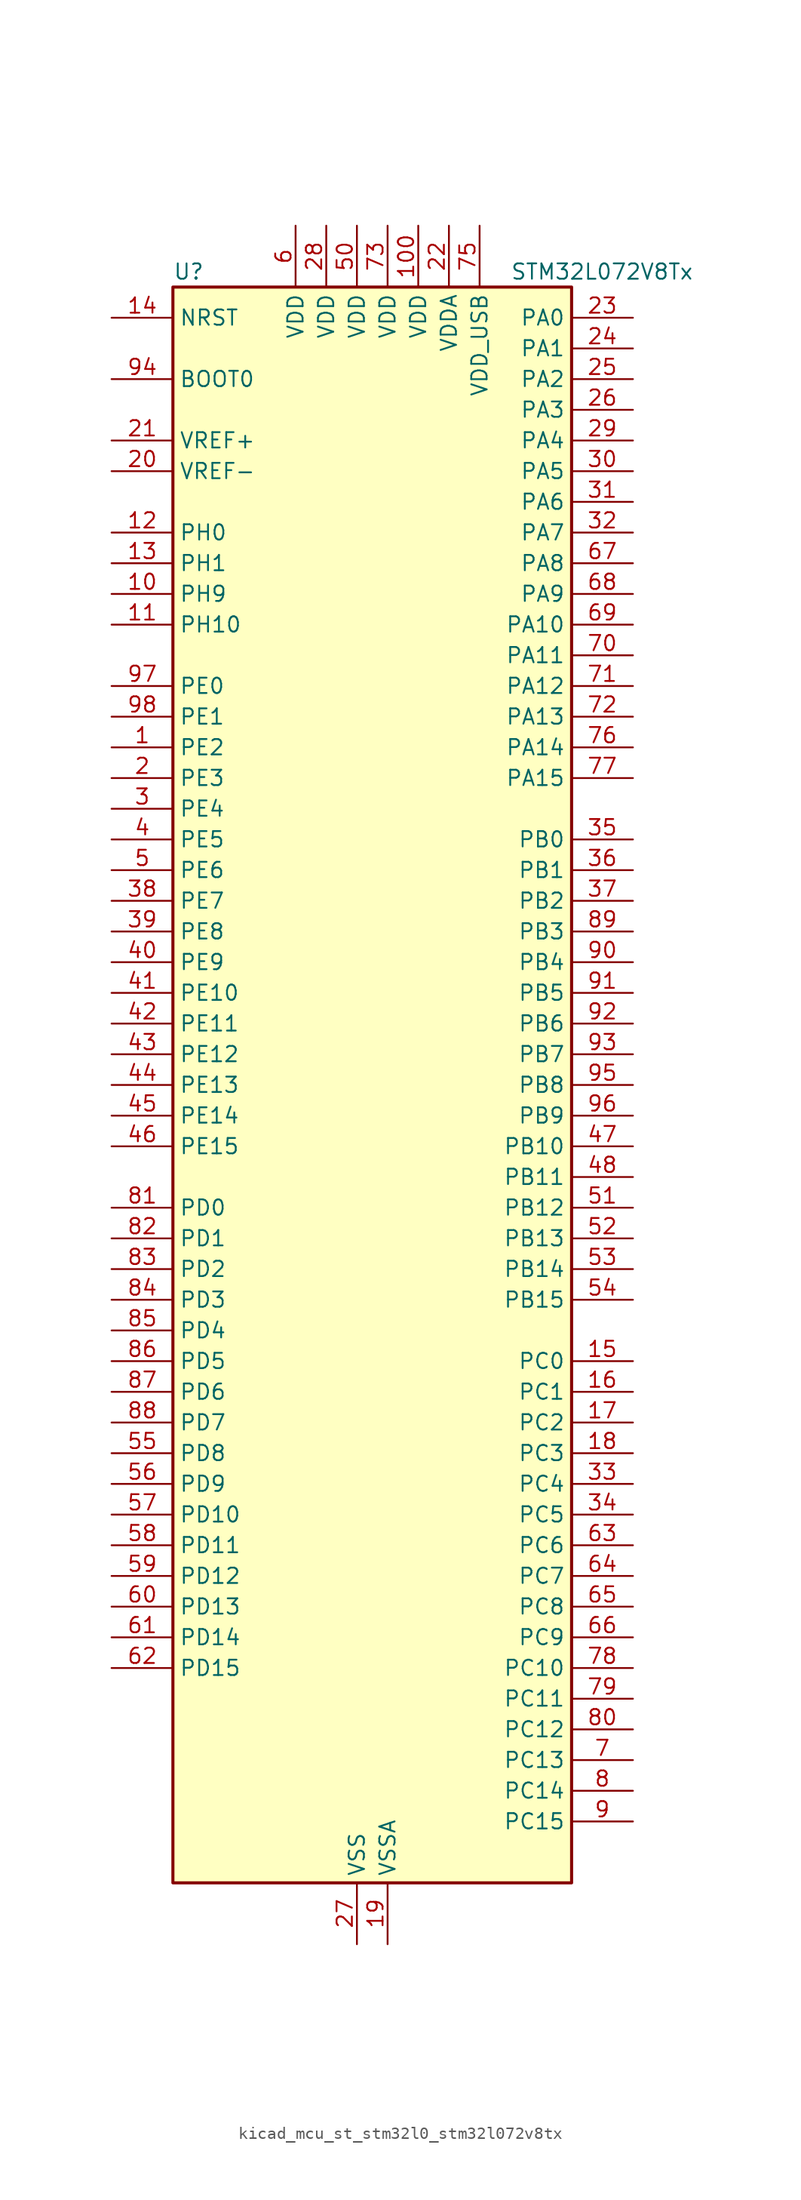
<source format=kicad_sym>
(kicad_symbol_lib
  (version 20220914)
  (generator kicad_symbol_editor)
  (symbol "kicad_mcu_st_stm32l0_stm32l072v8tx"
    (property "Reference" "U"
      (at -15.24 67.31 0)
      (effects (font (size 1.27 1.27)) (justify left)))
    (property "Value" "STM32L072V8Tx"
      (at 12.7 67.31 0)
      (effects (font (size 1.27 1.27)) (justify left)))
    (property "ki_locked" ""
      (at 0 0 0)
      (effects (font (size 1.27 1.27))))
    (symbol "kicad_mcu_st_stm32l0_stm32l072v8tx_0_1"
      (rectangle (start -15.24 -66.04) (end 17.78 66.04) (stroke (width 0.254) (type default)) (fill (type background))))
    (symbol "kicad_mcu_st_stm32l0_stm32l072v8tx_1_1"
      (pin bidirectional line (at -20.32 27.94 0) (length 5.08) (name "PE2" (effects (font (size 1.27 1.27)))) (number "1" (effects (font (size 1.27 1.27)))) (alternate "TIM3_ETR" bidirectional line))
      (pin bidirectional line (at -20.32 40.64 0) (length 5.08) (name "PH9" (effects (font (size 1.27 1.27)))) (number "10" (effects (font (size 1.27 1.27)))) (alternate "DAC_EXTI9" bidirectional line))
      (pin power_in line (at 5.08 71.12 270) (length 5.08) (name "VDD" (effects (font (size 1.27 1.27)))) (number "100" (effects (font (size 1.27 1.27)))))
      (pin bidirectional line (at -20.32 38.1 0) (length 5.08) (name "PH10" (effects (font (size 1.27 1.27)))) (number "11" (effects (font (size 1.27 1.27)))))
      (pin bidirectional line (at -20.32 45.72 0) (length 5.08) (name "PH0" (effects (font (size 1.27 1.27)))) (number "12" (effects (font (size 1.27 1.27)))) (alternate "CRS_SYNC" bidirectional line) (alternate "RCC_OSC_IN" bidirectional line))
      (pin bidirectional line (at -20.32 43.18 0) (length 5.08) (name "PH1" (effects (font (size 1.27 1.27)))) (number "13" (effects (font (size 1.27 1.27)))) (alternate "RCC_OSC_OUT" bidirectional line))
      (pin input line (at -20.32 63.5 0) (length 5.08) (name "NRST" (effects (font (size 1.27 1.27)))) (number "14" (effects (font (size 1.27 1.27)))))
      (pin bidirectional line (at 22.86 -22.86 180) (length 5.08) (name "PC0" (effects (font (size 1.27 1.27)))) (number "15" (effects (font (size 1.27 1.27)))) (alternate "ADC_IN10" bidirectional line) (alternate "I2C3_SCL" bidirectional line) (alternate "LPTIM1_IN1" bidirectional line) (alternate "LPUART1_RX" bidirectional line) (alternate "TSC_G7_IO1" bidirectional line))
      (pin bidirectional line (at 22.86 -25.4 180) (length 5.08) (name "PC1" (effects (font (size 1.27 1.27)))) (number "16" (effects (font (size 1.27 1.27)))) (alternate "ADC_IN11" bidirectional line) (alternate "I2C3_SDA" bidirectional line) (alternate "LPTIM1_OUT" bidirectional line) (alternate "LPUART1_TX" bidirectional line) (alternate "TSC_G7_IO2" bidirectional line))
      (pin bidirectional line (at 22.86 -27.94 180) (length 5.08) (name "PC2" (effects (font (size 1.27 1.27)))) (number "17" (effects (font (size 1.27 1.27)))) (alternate "ADC_IN12" bidirectional line) (alternate "I2S2_MCK" bidirectional line) (alternate "LPTIM1_IN2" bidirectional line) (alternate "SPI2_MISO" bidirectional line) (alternate "TSC_G7_IO3" bidirectional line))
      (pin bidirectional line (at 22.86 -30.48 180) (length 5.08) (name "PC3" (effects (font (size 1.27 1.27)))) (number "18" (effects (font (size 1.27 1.27)))) (alternate "ADC_IN13" bidirectional line) (alternate "I2S2_SD" bidirectional line) (alternate "LPTIM1_ETR" bidirectional line) (alternate "SPI2_MOSI" bidirectional line) (alternate "TSC_G7_IO4" bidirectional line))
      (pin power_in line (at 2.54 -71.12 90) (length 5.08) (name "VSSA" (effects (font (size 1.27 1.27)))) (number "19" (effects (font (size 1.27 1.27)))))
      (pin bidirectional line (at -20.32 25.4 0) (length 5.08) (name "PE3" (effects (font (size 1.27 1.27)))) (number "2" (effects (font (size 1.27 1.27)))) (alternate "TIM22_CH1" bidirectional line) (alternate "TIM3_CH1" bidirectional line))
      (pin input line (at -20.32 50.8 0) (length 5.08) (name "VREF-" (effects (font (size 1.27 1.27)))) (number "20" (effects (font (size 1.27 1.27)))))
      (pin input line (at -20.32 53.34 0) (length 5.08) (name "VREF+" (effects (font (size 1.27 1.27)))) (number "21" (effects (font (size 1.27 1.27)))))
      (pin power_in line (at 7.62 71.12 270) (length 5.08) (name "VDDA" (effects (font (size 1.27 1.27)))) (number "22" (effects (font (size 1.27 1.27)))))
      (pin bidirectional line (at 22.86 63.5 180) (length 5.08) (name "PA0" (effects (font (size 1.27 1.27)))) (number "23" (effects (font (size 1.27 1.27)))) (alternate "ADC_IN0" bidirectional line) (alternate "COMP1_INM" bidirectional line) (alternate "COMP1_OUT" bidirectional line) (alternate "RTC_TAMP2" bidirectional line) (alternate "SYS_WKUP1" bidirectional line) (alternate "TIM2_CH1" bidirectional line) (alternate "TIM2_ETR" bidirectional line) (alternate "TSC_G1_IO1" bidirectional line) (alternate "USART2_CTS" bidirectional line) (alternate "USART4_TX" bidirectional line))
      (pin bidirectional line (at 22.86 60.96 180) (length 5.08) (name "PA1" (effects (font (size 1.27 1.27)))) (number "24" (effects (font (size 1.27 1.27)))) (alternate "ADC_IN1" bidirectional line) (alternate "COMP1_INP" bidirectional line) (alternate "TIM21_ETR" bidirectional line) (alternate "TIM2_CH2" bidirectional line) (alternate "TSC_G1_IO2" bidirectional line) (alternate "USART2_DE" bidirectional line) (alternate "USART2_RTS" bidirectional line) (alternate "USART4_RX" bidirectional line))
      (pin bidirectional line (at 22.86 58.42 180) (length 5.08) (name "PA2" (effects (font (size 1.27 1.27)))) (number "25" (effects (font (size 1.27 1.27)))) (alternate "ADC_IN2" bidirectional line) (alternate "COMP2_INM" bidirectional line) (alternate "COMP2_OUT" bidirectional line) (alternate "LPUART1_TX" bidirectional line) (alternate "TIM21_CH1" bidirectional line) (alternate "TIM2_CH3" bidirectional line) (alternate "TSC_G1_IO3" bidirectional line) (alternate "USART2_TX" bidirectional line))
      (pin bidirectional line (at 22.86 55.88 180) (length 5.08) (name "PA3" (effects (font (size 1.27 1.27)))) (number "26" (effects (font (size 1.27 1.27)))) (alternate "ADC_IN3" bidirectional line) (alternate "COMP2_INP" bidirectional line) (alternate "LPUART1_RX" bidirectional line) (alternate "TIM21_CH2" bidirectional line) (alternate "TIM2_CH4" bidirectional line) (alternate "TSC_G1_IO4" bidirectional line) (alternate "USART2_RX" bidirectional line))
      (pin power_in line (at 0 -71.12 90) (length 5.08) (name "VSS" (effects (font (size 1.27 1.27)))) (number "27" (effects (font (size 1.27 1.27)))))
      (pin power_in line (at -2.54 71.12 270) (length 5.08) (name "VDD" (effects (font (size 1.27 1.27)))) (number "28" (effects (font (size 1.27 1.27)))))
      (pin bidirectional line (at 22.86 53.34 180) (length 5.08) (name "PA4" (effects (font (size 1.27 1.27)))) (number "29" (effects (font (size 1.27 1.27)))) (alternate "ADC_IN4" bidirectional line) (alternate "COMP1_INM" bidirectional line) (alternate "COMP2_INM" bidirectional line) (alternate "DAC_OUT1" bidirectional line) (alternate "SPI1_NSS" bidirectional line) (alternate "TIM22_ETR" bidirectional line) (alternate "TSC_G2_IO1" bidirectional line) (alternate "USART2_CK" bidirectional line))
      (pin bidirectional line (at -20.32 22.86 0) (length 5.08) (name "PE4" (effects (font (size 1.27 1.27)))) (number "3" (effects (font (size 1.27 1.27)))) (alternate "TIM22_CH2" bidirectional line) (alternate "TIM3_CH2" bidirectional line))
      (pin bidirectional line (at 22.86 50.8 180) (length 5.08) (name "PA5" (effects (font (size 1.27 1.27)))) (number "30" (effects (font (size 1.27 1.27)))) (alternate "ADC_IN5" bidirectional line) (alternate "COMP1_INM" bidirectional line) (alternate "COMP2_INM" bidirectional line) (alternate "DAC_OUT2" bidirectional line) (alternate "SPI1_SCK" bidirectional line) (alternate "TIM2_CH1" bidirectional line) (alternate "TIM2_ETR" bidirectional line) (alternate "TSC_G2_IO2" bidirectional line))
      (pin bidirectional line (at 22.86 48.26 180) (length 5.08) (name "PA6" (effects (font (size 1.27 1.27)))) (number "31" (effects (font (size 1.27 1.27)))) (alternate "ADC_IN6" bidirectional line) (alternate "COMP1_OUT" bidirectional line) (alternate "LPUART1_CTS" bidirectional line) (alternate "SPI1_MISO" bidirectional line) (alternate "TIM22_CH1" bidirectional line) (alternate "TIM3_CH1" bidirectional line) (alternate "TSC_G2_IO3" bidirectional line))
      (pin bidirectional line (at 22.86 45.72 180) (length 5.08) (name "PA7" (effects (font (size 1.27 1.27)))) (number "32" (effects (font (size 1.27 1.27)))) (alternate "ADC_IN7" bidirectional line) (alternate "COMP2_OUT" bidirectional line) (alternate "SPI1_MOSI" bidirectional line) (alternate "TIM22_CH2" bidirectional line) (alternate "TIM3_CH2" bidirectional line) (alternate "TSC_G2_IO4" bidirectional line))
      (pin bidirectional line (at 22.86 -33.02 180) (length 5.08) (name "PC4" (effects (font (size 1.27 1.27)))) (number "33" (effects (font (size 1.27 1.27)))) (alternate "ADC_IN14" bidirectional line) (alternate "LPUART1_TX" bidirectional line))
      (pin bidirectional line (at 22.86 -35.56 180) (length 5.08) (name "PC5" (effects (font (size 1.27 1.27)))) (number "34" (effects (font (size 1.27 1.27)))) (alternate "ADC_IN15" bidirectional line) (alternate "LPUART1_RX" bidirectional line) (alternate "TSC_G3_IO1" bidirectional line))
      (pin bidirectional line (at 22.86 20.32 180) (length 5.08) (name "PB0" (effects (font (size 1.27 1.27)))) (number "35" (effects (font (size 1.27 1.27)))) (alternate "ADC_IN8" bidirectional line) (alternate "SYS_VREF_OUT_PB0" bidirectional line) (alternate "TIM3_CH3" bidirectional line) (alternate "TSC_G3_IO2" bidirectional line))
      (pin bidirectional line (at 22.86 17.78 180) (length 5.08) (name "PB1" (effects (font (size 1.27 1.27)))) (number "36" (effects (font (size 1.27 1.27)))) (alternate "ADC_IN9" bidirectional line) (alternate "LPUART1_DE" bidirectional line) (alternate "LPUART1_RTS" bidirectional line) (alternate "SYS_VREF_OUT_PB1" bidirectional line) (alternate "TIM3_CH4" bidirectional line) (alternate "TSC_G3_IO3" bidirectional line))
      (pin bidirectional line (at 22.86 15.24 180) (length 5.08) (name "PB2" (effects (font (size 1.27 1.27)))) (number "37" (effects (font (size 1.27 1.27)))) (alternate "I2C3_SMBA" bidirectional line) (alternate "LPTIM1_OUT" bidirectional line) (alternate "TSC_G3_IO4" bidirectional line))
      (pin bidirectional line (at -20.32 15.24 0) (length 5.08) (name "PE7" (effects (font (size 1.27 1.27)))) (number "38" (effects (font (size 1.27 1.27)))) (alternate "USART5_CK" bidirectional line) (alternate "USART5_DE" bidirectional line) (alternate "USART5_RTS" bidirectional line))
      (pin bidirectional line (at -20.32 12.7 0) (length 5.08) (name "PE8" (effects (font (size 1.27 1.27)))) (number "39" (effects (font (size 1.27 1.27)))) (alternate "USART4_TX" bidirectional line))
      (pin bidirectional line (at -20.32 20.32 0) (length 5.08) (name "PE5" (effects (font (size 1.27 1.27)))) (number "4" (effects (font (size 1.27 1.27)))) (alternate "TIM21_CH1" bidirectional line) (alternate "TIM3_CH3" bidirectional line))
      (pin bidirectional line (at -20.32 10.16 0) (length 5.08) (name "PE9" (effects (font (size 1.27 1.27)))) (number "40" (effects (font (size 1.27 1.27)))) (alternate "DAC_EXTI9" bidirectional line) (alternate "TIM2_CH1" bidirectional line) (alternate "TIM2_ETR" bidirectional line) (alternate "USART4_RX" bidirectional line))
      (pin bidirectional line (at -20.32 7.62 0) (length 5.08) (name "PE10" (effects (font (size 1.27 1.27)))) (number "41" (effects (font (size 1.27 1.27)))) (alternate "TIM2_CH2" bidirectional line) (alternate "USART5_TX" bidirectional line))
      (pin bidirectional line (at -20.32 5.08 0) (length 5.08) (name "PE11" (effects (font (size 1.27 1.27)))) (number "42" (effects (font (size 1.27 1.27)))) (alternate "ADC_EXTI11" bidirectional line) (alternate "TIM2_CH3" bidirectional line) (alternate "USART5_RX" bidirectional line))
      (pin bidirectional line (at -20.32 2.54 0) (length 5.08) (name "PE12" (effects (font (size 1.27 1.27)))) (number "43" (effects (font (size 1.27 1.27)))) (alternate "SPI1_NSS" bidirectional line) (alternate "TIM2_CH4" bidirectional line))
      (pin bidirectional line (at -20.32 0 0) (length 5.08) (name "PE13" (effects (font (size 1.27 1.27)))) (number "44" (effects (font (size 1.27 1.27)))) (alternate "SPI1_SCK" bidirectional line))
      (pin bidirectional line (at -20.32 -2.54 0) (length 5.08) (name "PE14" (effects (font (size 1.27 1.27)))) (number "45" (effects (font (size 1.27 1.27)))) (alternate "SPI1_MISO" bidirectional line))
      (pin bidirectional line (at -20.32 -5.08 0) (length 5.08) (name "PE15" (effects (font (size 1.27 1.27)))) (number "46" (effects (font (size 1.27 1.27)))) (alternate "SPI1_MOSI" bidirectional line))
      (pin bidirectional line (at 22.86 -5.08 180) (length 5.08) (name "PB10" (effects (font (size 1.27 1.27)))) (number "47" (effects (font (size 1.27 1.27)))) (alternate "I2C2_SCL" bidirectional line) (alternate "LPUART1_RX" bidirectional line) (alternate "LPUART1_TX" bidirectional line) (alternate "SPI2_SCK" bidirectional line) (alternate "TIM2_CH3" bidirectional line) (alternate "TSC_SYNC" bidirectional line))
      (pin bidirectional line (at 22.86 -7.62 180) (length 5.08) (name "PB11" (effects (font (size 1.27 1.27)))) (number "48" (effects (font (size 1.27 1.27)))) (alternate "ADC_EXTI11" bidirectional line) (alternate "I2C2_SDA" bidirectional line) (alternate "LPUART1_RX" bidirectional line) (alternate "LPUART1_TX" bidirectional line) (alternate "TIM2_CH4" bidirectional line) (alternate "TSC_G6_IO1" bidirectional line))
      (pin passive line (at 0 -71.12 90) (length 5.08) hide (name "VSS" (effects (font (size 1.27 1.27)))) (number "49" (effects (font (size 1.27 1.27)))))
      (pin bidirectional line (at -20.32 17.78 0) (length 5.08) (name "PE6" (effects (font (size 1.27 1.27)))) (number "5" (effects (font (size 1.27 1.27)))) (alternate "RTC_TAMP3" bidirectional line) (alternate "SYS_WKUP3" bidirectional line) (alternate "TIM21_CH2" bidirectional line) (alternate "TIM3_CH4" bidirectional line))
      (pin power_in line (at 0 71.12 270) (length 5.08) (name "VDD" (effects (font (size 1.27 1.27)))) (number "50" (effects (font (size 1.27 1.27)))))
      (pin bidirectional line (at 22.86 -10.16 180) (length 5.08) (name "PB12" (effects (font (size 1.27 1.27)))) (number "51" (effects (font (size 1.27 1.27)))) (alternate "I2S2_WS" bidirectional line) (alternate "LPUART1_DE" bidirectional line) (alternate "LPUART1_RTS" bidirectional line) (alternate "SPI2_NSS" bidirectional line) (alternate "TSC_G6_IO2" bidirectional line))
      (pin bidirectional line (at 22.86 -12.7 180) (length 5.08) (name "PB13" (effects (font (size 1.27 1.27)))) (number "52" (effects (font (size 1.27 1.27)))) (alternate "I2C2_SCL" bidirectional line) (alternate "I2S2_CK" bidirectional line) (alternate "LPUART1_CTS" bidirectional line) (alternate "RCC_MCO" bidirectional line) (alternate "SPI2_SCK" bidirectional line) (alternate "TIM21_CH1" bidirectional line) (alternate "TSC_G6_IO3" bidirectional line))
      (pin bidirectional line (at 22.86 -15.24 180) (length 5.08) (name "PB14" (effects (font (size 1.27 1.27)))) (number "53" (effects (font (size 1.27 1.27)))) (alternate "I2C2_SDA" bidirectional line) (alternate "I2S2_MCK" bidirectional line) (alternate "LPUART1_DE" bidirectional line) (alternate "LPUART1_RTS" bidirectional line) (alternate "RTC_OUT_ALARM" bidirectional line) (alternate "RTC_OUT_CALIB" bidirectional line) (alternate "SPI2_MISO" bidirectional line) (alternate "TIM21_CH2" bidirectional line) (alternate "TSC_G6_IO4" bidirectional line))
      (pin bidirectional line (at 22.86 -17.78 180) (length 5.08) (name "PB15" (effects (font (size 1.27 1.27)))) (number "54" (effects (font (size 1.27 1.27)))) (alternate "I2S2_SD" bidirectional line) (alternate "RTC_REFIN" bidirectional line) (alternate "SPI2_MOSI" bidirectional line))
      (pin bidirectional line (at -20.32 -30.48 0) (length 5.08) (name "PD8" (effects (font (size 1.27 1.27)))) (number "55" (effects (font (size 1.27 1.27)))) (alternate "LPUART1_TX" bidirectional line))
      (pin bidirectional line (at -20.32 -33.02 0) (length 5.08) (name "PD9" (effects (font (size 1.27 1.27)))) (number "56" (effects (font (size 1.27 1.27)))) (alternate "DAC_EXTI9" bidirectional line) (alternate "LPUART1_RX" bidirectional line))
      (pin bidirectional line (at -20.32 -35.56 0) (length 5.08) (name "PD10" (effects (font (size 1.27 1.27)))) (number "57" (effects (font (size 1.27 1.27)))))
      (pin bidirectional line (at -20.32 -38.1 0) (length 5.08) (name "PD11" (effects (font (size 1.27 1.27)))) (number "58" (effects (font (size 1.27 1.27)))) (alternate "ADC_EXTI11" bidirectional line) (alternate "LPUART1_CTS" bidirectional line))
      (pin bidirectional line (at -20.32 -40.64 0) (length 5.08) (name "PD12" (effects (font (size 1.27 1.27)))) (number "59" (effects (font (size 1.27 1.27)))) (alternate "LPUART1_DE" bidirectional line) (alternate "LPUART1_RTS" bidirectional line))
      (pin power_in line (at -5.08 71.12 270) (length 5.08) (name "VDD" (effects (font (size 1.27 1.27)))) (number "6" (effects (font (size 1.27 1.27)))))
      (pin bidirectional line (at -20.32 -43.18 0) (length 5.08) (name "PD13" (effects (font (size 1.27 1.27)))) (number "60" (effects (font (size 1.27 1.27)))))
      (pin bidirectional line (at -20.32 -45.72 0) (length 5.08) (name "PD14" (effects (font (size 1.27 1.27)))) (number "61" (effects (font (size 1.27 1.27)))))
      (pin bidirectional line (at -20.32 -48.26 0) (length 5.08) (name "PD15" (effects (font (size 1.27 1.27)))) (number "62" (effects (font (size 1.27 1.27)))) (alternate "CRS_SYNC" bidirectional line))
      (pin bidirectional line (at 22.86 -38.1 180) (length 5.08) (name "PC6" (effects (font (size 1.27 1.27)))) (number "63" (effects (font (size 1.27 1.27)))) (alternate "TIM22_CH1" bidirectional line) (alternate "TIM3_CH1" bidirectional line) (alternate "TSC_G8_IO1" bidirectional line))
      (pin bidirectional line (at 22.86 -40.64 180) (length 5.08) (name "PC7" (effects (font (size 1.27 1.27)))) (number "64" (effects (font (size 1.27 1.27)))) (alternate "TIM22_CH2" bidirectional line) (alternate "TIM3_CH2" bidirectional line) (alternate "TSC_G8_IO2" bidirectional line))
      (pin bidirectional line (at 22.86 -43.18 180) (length 5.08) (name "PC8" (effects (font (size 1.27 1.27)))) (number "65" (effects (font (size 1.27 1.27)))) (alternate "TIM22_ETR" bidirectional line) (alternate "TIM3_CH3" bidirectional line) (alternate "TSC_G8_IO3" bidirectional line))
      (pin bidirectional line (at 22.86 -45.72 180) (length 5.08) (name "PC9" (effects (font (size 1.27 1.27)))) (number "66" (effects (font (size 1.27 1.27)))) (alternate "DAC_EXTI9" bidirectional line) (alternate "I2C3_SDA" bidirectional line) (alternate "TIM21_ETR" bidirectional line) (alternate "TIM3_CH4" bidirectional line) (alternate "TSC_G8_IO4" bidirectional line) (alternate "USB_NOE" bidirectional line))
      (pin bidirectional line (at 22.86 43.18 180) (length 5.08) (name "PA8" (effects (font (size 1.27 1.27)))) (number "67" (effects (font (size 1.27 1.27)))) (alternate "CRS_SYNC" bidirectional line) (alternate "I2C3_SCL" bidirectional line) (alternate "RCC_MCO" bidirectional line) (alternate "USART1_CK" bidirectional line))
      (pin bidirectional line (at 22.86 40.64 180) (length 5.08) (name "PA9" (effects (font (size 1.27 1.27)))) (number "68" (effects (font (size 1.27 1.27)))) (alternate "DAC_EXTI9" bidirectional line) (alternate "I2C1_SCL" bidirectional line) (alternate "I2C3_SMBA" bidirectional line) (alternate "RCC_MCO" bidirectional line) (alternate "TSC_G4_IO1" bidirectional line) (alternate "USART1_TX" bidirectional line))
      (pin bidirectional line (at 22.86 38.1 180) (length 5.08) (name "PA10" (effects (font (size 1.27 1.27)))) (number "69" (effects (font (size 1.27 1.27)))) (alternate "I2C1_SDA" bidirectional line) (alternate "TSC_G4_IO2" bidirectional line) (alternate "USART1_RX" bidirectional line))
      (pin bidirectional line (at 22.86 -55.88 180) (length 5.08) (name "PC13" (effects (font (size 1.27 1.27)))) (number "7" (effects (font (size 1.27 1.27)))) (alternate "RTC_OUT_ALARM" bidirectional line) (alternate "RTC_OUT_CALIB" bidirectional line) (alternate "RTC_TAMP1" bidirectional line) (alternate "RTC_TS" bidirectional line) (alternate "SYS_WKUP2" bidirectional line))
      (pin bidirectional line (at 22.86 35.56 180) (length 5.08) (name "PA11" (effects (font (size 1.27 1.27)))) (number "70" (effects (font (size 1.27 1.27)))) (alternate "ADC_EXTI11" bidirectional line) (alternate "COMP1_OUT" bidirectional line) (alternate "SPI1_MISO" bidirectional line) (alternate "TSC_G4_IO3" bidirectional line) (alternate "USART1_CTS" bidirectional line) (alternate "USB_DM" bidirectional line))
      (pin bidirectional line (at 22.86 33.02 180) (length 5.08) (name "PA12" (effects (font (size 1.27 1.27)))) (number "71" (effects (font (size 1.27 1.27)))) (alternate "COMP2_OUT" bidirectional line) (alternate "SPI1_MOSI" bidirectional line) (alternate "TSC_G4_IO4" bidirectional line) (alternate "USART1_DE" bidirectional line) (alternate "USART1_RTS" bidirectional line) (alternate "USB_DP" bidirectional line))
      (pin bidirectional line (at 22.86 30.48 180) (length 5.08) (name "PA13" (effects (font (size 1.27 1.27)))) (number "72" (effects (font (size 1.27 1.27)))) (alternate "LPUART1_RX" bidirectional line) (alternate "SYS_SWDIO" bidirectional line) (alternate "USB_NOE" bidirectional line))
      (pin power_in line (at 2.54 71.12 270) (length 5.08) (name "VDD" (effects (font (size 1.27 1.27)))) (number "73" (effects (font (size 1.27 1.27)))))
      (pin passive line (at 0 -71.12 90) (length 5.08) hide (name "VSS" (effects (font (size 1.27 1.27)))) (number "74" (effects (font (size 1.27 1.27)))))
      (pin power_in line (at 10.16 71.12 270) (length 5.08) (name "VDD_USB" (effects (font (size 1.27 1.27)))) (number "75" (effects (font (size 1.27 1.27)))))
      (pin bidirectional line (at 22.86 27.94 180) (length 5.08) (name "PA14" (effects (font (size 1.27 1.27)))) (number "76" (effects (font (size 1.27 1.27)))) (alternate "LPUART1_TX" bidirectional line) (alternate "SYS_SWCLK" bidirectional line) (alternate "USART2_TX" bidirectional line))
      (pin bidirectional line (at 22.86 25.4 180) (length 5.08) (name "PA15" (effects (font (size 1.27 1.27)))) (number "77" (effects (font (size 1.27 1.27)))) (alternate "SPI1_NSS" bidirectional line) (alternate "TIM2_CH1" bidirectional line) (alternate "TIM2_ETR" bidirectional line) (alternate "USART2_RX" bidirectional line) (alternate "USART4_DE" bidirectional line) (alternate "USART4_RTS" bidirectional line))
      (pin bidirectional line (at 22.86 -48.26 180) (length 5.08) (name "PC10" (effects (font (size 1.27 1.27)))) (number "78" (effects (font (size 1.27 1.27)))) (alternate "LPUART1_TX" bidirectional line) (alternate "USART4_TX" bidirectional line))
      (pin bidirectional line (at 22.86 -50.8 180) (length 5.08) (name "PC11" (effects (font (size 1.27 1.27)))) (number "79" (effects (font (size 1.27 1.27)))) (alternate "ADC_EXTI11" bidirectional line) (alternate "LPUART1_RX" bidirectional line) (alternate "USART4_RX" bidirectional line))
      (pin bidirectional line (at 22.86 -58.42 180) (length 5.08) (name "PC14" (effects (font (size 1.27 1.27)))) (number "8" (effects (font (size 1.27 1.27)))) (alternate "RCC_OSC32_IN" bidirectional line))
      (pin bidirectional line (at 22.86 -53.34 180) (length 5.08) (name "PC12" (effects (font (size 1.27 1.27)))) (number "80" (effects (font (size 1.27 1.27)))) (alternate "USART4_CK" bidirectional line) (alternate "USART5_TX" bidirectional line))
      (pin bidirectional line (at -20.32 -10.16 0) (length 5.08) (name "PD0" (effects (font (size 1.27 1.27)))) (number "81" (effects (font (size 1.27 1.27)))) (alternate "I2S2_WS" bidirectional line) (alternate "SPI2_NSS" bidirectional line) (alternate "TIM21_CH1" bidirectional line))
      (pin bidirectional line (at -20.32 -12.7 0) (length 5.08) (name "PD1" (effects (font (size 1.27 1.27)))) (number "82" (effects (font (size 1.27 1.27)))) (alternate "I2S2_CK" bidirectional line) (alternate "SPI2_SCK" bidirectional line))
      (pin bidirectional line (at -20.32 -15.24 0) (length 5.08) (name "PD2" (effects (font (size 1.27 1.27)))) (number "83" (effects (font (size 1.27 1.27)))) (alternate "LPUART1_DE" bidirectional line) (alternate "LPUART1_RTS" bidirectional line) (alternate "TIM3_ETR" bidirectional line) (alternate "USART5_RX" bidirectional line))
      (pin bidirectional line (at -20.32 -17.78 0) (length 5.08) (name "PD3" (effects (font (size 1.27 1.27)))) (number "84" (effects (font (size 1.27 1.27)))) (alternate "I2S2_MCK" bidirectional line) (alternate "SPI2_MISO" bidirectional line) (alternate "USART2_CTS" bidirectional line))
      (pin bidirectional line (at -20.32 -20.32 0) (length 5.08) (name "PD4" (effects (font (size 1.27 1.27)))) (number "85" (effects (font (size 1.27 1.27)))) (alternate "I2S2_SD" bidirectional line) (alternate "SPI2_MOSI" bidirectional line) (alternate "USART2_DE" bidirectional line) (alternate "USART2_RTS" bidirectional line))
      (pin bidirectional line (at -20.32 -22.86 0) (length 5.08) (name "PD5" (effects (font (size 1.27 1.27)))) (number "86" (effects (font (size 1.27 1.27)))) (alternate "USART2_TX" bidirectional line))
      (pin bidirectional line (at -20.32 -25.4 0) (length 5.08) (name "PD6" (effects (font (size 1.27 1.27)))) (number "87" (effects (font (size 1.27 1.27)))) (alternate "USART2_RX" bidirectional line))
      (pin bidirectional line (at -20.32 -27.94 0) (length 5.08) (name "PD7" (effects (font (size 1.27 1.27)))) (number "88" (effects (font (size 1.27 1.27)))) (alternate "TIM21_CH2" bidirectional line) (alternate "USART2_CK" bidirectional line))
      (pin bidirectional line (at 22.86 12.7 180) (length 5.08) (name "PB3" (effects (font (size 1.27 1.27)))) (number "89" (effects (font (size 1.27 1.27)))) (alternate "COMP2_INM" bidirectional line) (alternate "SPI1_SCK" bidirectional line) (alternate "TIM2_CH2" bidirectional line) (alternate "TSC_G5_IO1" bidirectional line) (alternate "USART1_DE" bidirectional line) (alternate "USART1_RTS" bidirectional line) (alternate "USART5_TX" bidirectional line))
      (pin bidirectional line (at 22.86 -60.96 180) (length 5.08) (name "PC15" (effects (font (size 1.27 1.27)))) (number "9" (effects (font (size 1.27 1.27)))) (alternate "RCC_OSC32_OUT" bidirectional line))
      (pin bidirectional line (at 22.86 10.16 180) (length 5.08) (name "PB4" (effects (font (size 1.27 1.27)))) (number "90" (effects (font (size 1.27 1.27)))) (alternate "COMP2_INP" bidirectional line) (alternate "I2C3_SDA" bidirectional line) (alternate "SPI1_MISO" bidirectional line) (alternate "TIM22_CH1" bidirectional line) (alternate "TIM3_CH1" bidirectional line) (alternate "TSC_G5_IO2" bidirectional line) (alternate "USART1_CTS" bidirectional line) (alternate "USART5_RX" bidirectional line))
      (pin bidirectional line (at 22.86 7.62 180) (length 5.08) (name "PB5" (effects (font (size 1.27 1.27)))) (number "91" (effects (font (size 1.27 1.27)))) (alternate "COMP2_INP" bidirectional line) (alternate "I2C1_SMBA" bidirectional line) (alternate "LPTIM1_IN1" bidirectional line) (alternate "SPI1_MOSI" bidirectional line) (alternate "TIM22_CH2" bidirectional line) (alternate "TIM3_CH2" bidirectional line) (alternate "USART1_CK" bidirectional line) (alternate "USART5_CK" bidirectional line) (alternate "USART5_DE" bidirectional line) (alternate "USART5_RTS" bidirectional line))
      (pin bidirectional line (at 22.86 5.08 180) (length 5.08) (name "PB6" (effects (font (size 1.27 1.27)))) (number "92" (effects (font (size 1.27 1.27)))) (alternate "COMP2_INP" bidirectional line) (alternate "I2C1_SCL" bidirectional line) (alternate "LPTIM1_ETR" bidirectional line) (alternate "TSC_G5_IO3" bidirectional line) (alternate "USART1_TX" bidirectional line))
      (pin bidirectional line (at 22.86 2.54 180) (length 5.08) (name "PB7" (effects (font (size 1.27 1.27)))) (number "93" (effects (font (size 1.27 1.27)))) (alternate "COMP2_INP" bidirectional line) (alternate "I2C1_SDA" bidirectional line) (alternate "LPTIM1_IN2" bidirectional line) (alternate "SYS_PVD_IN" bidirectional line) (alternate "TSC_G5_IO4" bidirectional line) (alternate "USART1_RX" bidirectional line) (alternate "USART4_CTS" bidirectional line))
      (pin input line (at -20.32 58.42 0) (length 5.08) (name "BOOT0" (effects (font (size 1.27 1.27)))) (number "94" (effects (font (size 1.27 1.27)))))
      (pin bidirectional line (at 22.86 0 180) (length 5.08) (name "PB8" (effects (font (size 1.27 1.27)))) (number "95" (effects (font (size 1.27 1.27)))) (alternate "I2C1_SCL" bidirectional line) (alternate "TSC_SYNC" bidirectional line))
      (pin bidirectional line (at 22.86 -2.54 180) (length 5.08) (name "PB9" (effects (font (size 1.27 1.27)))) (number "96" (effects (font (size 1.27 1.27)))) (alternate "DAC_EXTI9" bidirectional line) (alternate "I2C1_SDA" bidirectional line) (alternate "I2S2_WS" bidirectional line) (alternate "SPI2_NSS" bidirectional line))
      (pin bidirectional line (at -20.32 33.02 0) (length 5.08) (name "PE0" (effects (font (size 1.27 1.27)))) (number "97" (effects (font (size 1.27 1.27)))))
      (pin bidirectional line (at -20.32 30.48 0) (length 5.08) (name "PE1" (effects (font (size 1.27 1.27)))) (number "98" (effects (font (size 1.27 1.27)))))
      (pin passive line (at 0 -71.12 90) (length 5.08) hide (name "VSS" (effects (font (size 1.27 1.27)))) (number "99" (effects (font (size 1.27 1.27))))))))
</source>
